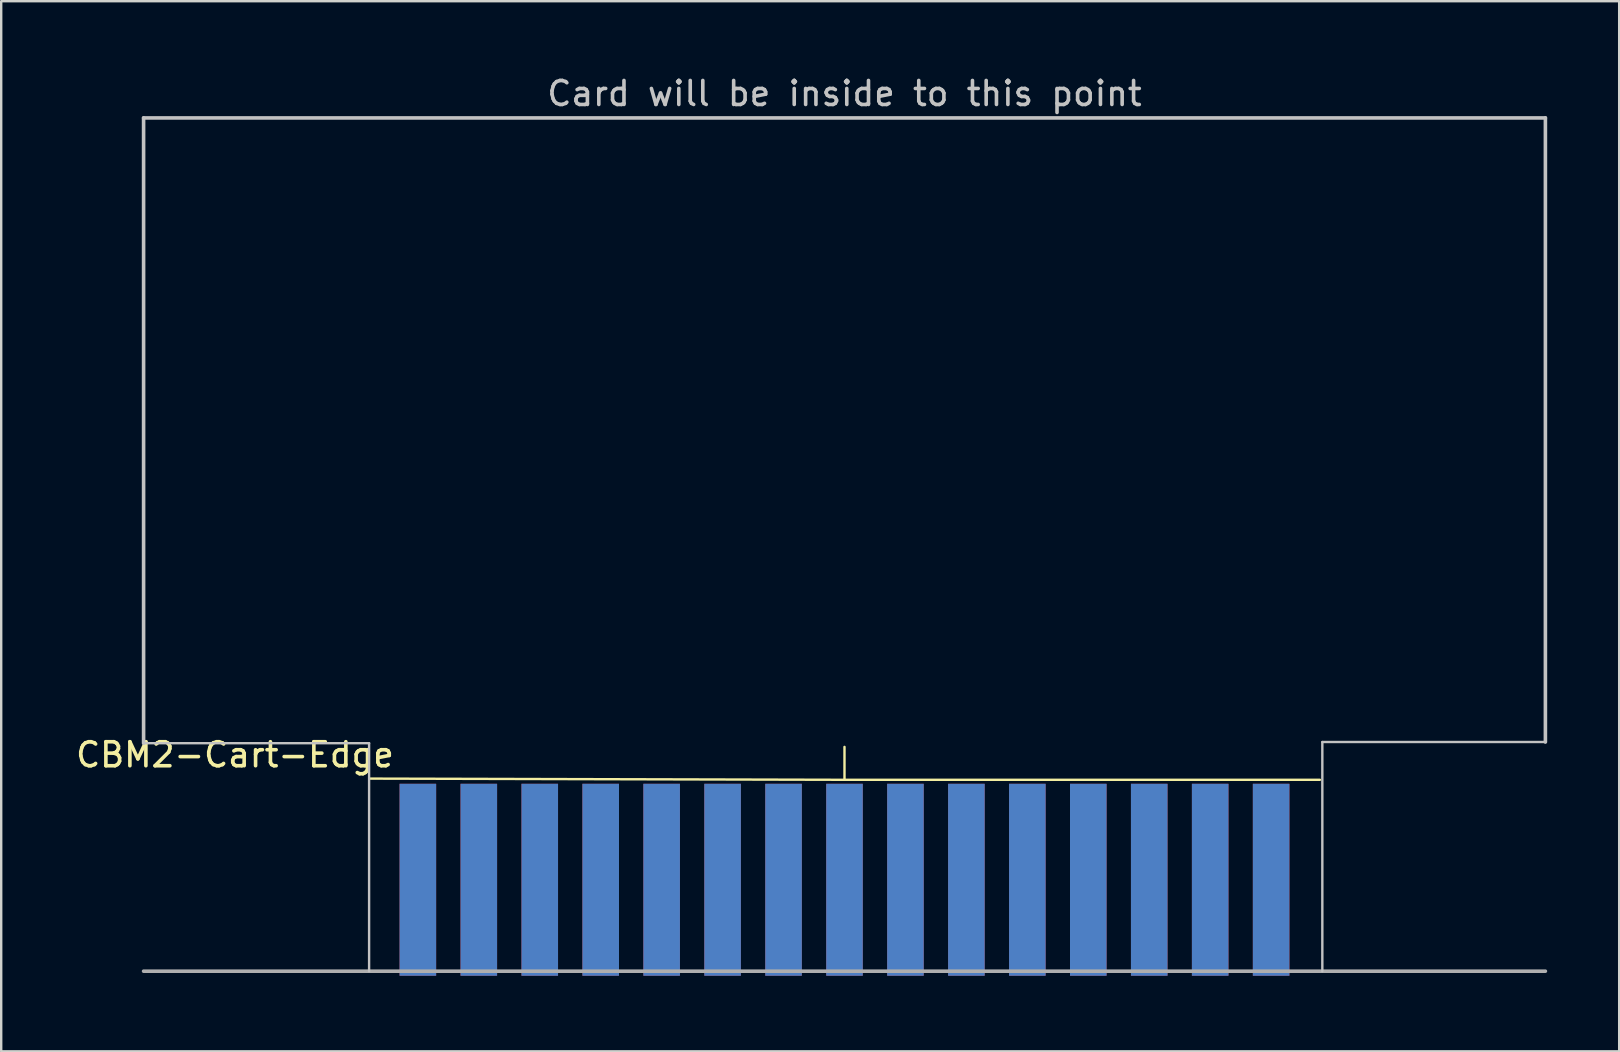
<source format=kicad_pcb>
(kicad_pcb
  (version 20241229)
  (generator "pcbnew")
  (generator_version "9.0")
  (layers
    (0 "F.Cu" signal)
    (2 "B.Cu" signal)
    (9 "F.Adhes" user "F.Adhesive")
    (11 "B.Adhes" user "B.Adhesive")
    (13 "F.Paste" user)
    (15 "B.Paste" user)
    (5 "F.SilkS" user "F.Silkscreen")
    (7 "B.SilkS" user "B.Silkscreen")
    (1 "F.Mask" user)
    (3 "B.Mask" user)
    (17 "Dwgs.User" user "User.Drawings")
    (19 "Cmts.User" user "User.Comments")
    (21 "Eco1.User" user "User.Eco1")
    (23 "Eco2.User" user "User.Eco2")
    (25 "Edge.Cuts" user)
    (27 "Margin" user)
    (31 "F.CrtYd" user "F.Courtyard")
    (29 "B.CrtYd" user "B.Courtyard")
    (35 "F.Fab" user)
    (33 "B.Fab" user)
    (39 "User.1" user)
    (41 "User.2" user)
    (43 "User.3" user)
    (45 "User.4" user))
  (footprint "CBM2-Cart-Edge"
    (layer "F.Cu")
    (at 2.934 37.424)
    (property "Reference" "CBM2-Cart-Edge" (at 3.81 -9.018 0) (layer "F.SilkS") (effects (font (size 1 1) (thickness 0.15))))
    (attr through_hole)
    (fp_line (start 29.21 -7.976) (end 9.449 -8.026) (stroke (width 0.1) (type default)) (layer "F.SilkS"))
    (fp_line (start 29.21 -7.976) (end 29.21 -9.347) (stroke (width 0.1) (type default)) (layer "F.SilkS"))
    (fp_line (start 29.21 -7.976) (end 49.022 -7.976) (stroke (width 0.1) (type default)) (layer "F.SilkS"))
    (fp_line (start 0 -35.56) (end 0 -9.5) (stroke (width 0.15) (type solid)) (layer "Dwgs.User"))
    (fp_line (start 9.398 -9.5) (end 0 -9.5) (stroke (width 0.1) (type default)) (layer "Dwgs.User"))
    (fp_line (start 9.398 0) (end 9.398 -9.5) (stroke (width 0.1) (type default)) (layer "Dwgs.User"))
    (fp_line (start 49.124 -9.55) (end 58.42 -9.55) (stroke (width 0.1) (type default)) (layer "Dwgs.User"))
    (fp_line (start 49.124 0) (end 49.124 -9.55) (stroke (width 0.1) (type default)) (layer "Dwgs.User"))
    (fp_line (start 58.42 -35.56) (end 0 -35.56) (stroke (width 0.15) (type solid)) (layer "Dwgs.User"))
    (fp_line (start 58.42 -9.55) (end 58.42 -35.56) (stroke (width 0.15) (type solid)) (layer "Dwgs.User"))
    (fp_line (start 0 0) (end 58.42 0) (stroke (width 0.15) (type solid)) (layer "F.Fab"))
    (fp_text user "Card will be inside to this point" (at 29.21 -36.576 0) (layer "Dwgs.User") (effects (font (size 1 1) (thickness 0.15))))
    (pad "" smd rect (at 29.235 -3.818 180) (size 39.675 8.316) (layers "F.Mask"))
    (pad "" smd rect (at 29.235 -3.818 180) (size 39.675 8.316) (layers "B.Mask"))
    (pad "1" smd rect (at 11.43 -3.81 180) (size 1.524 8) (layers "F.Cu" "F.Mask" "F.Paste"))
    (pad "2" smd rect (at 13.97 -3.81 180) (size 1.524 8) (layers "F.Cu" "F.Mask" "F.Paste"))
    (pad "3" smd rect (at 16.51 -3.81 180) (size 1.524 8) (layers "F.Cu" "F.Mask" "F.Paste"))
    (pad "4" smd rect (at 19.05 -3.81 180) (size 1.524 8) (layers "F.Cu" "F.Mask" "F.Paste"))
    (pad "5" smd rect (at 21.59 -3.81 180) (size 1.524 8) (layers "F.Cu" "F.Mask" "F.Paste"))
    (pad "6" smd rect (at 24.13 -3.81 180) (size 1.524 8) (layers "F.Cu" "F.Mask" "F.Paste"))
    (pad "7" smd rect (at 26.67 -3.81 180) (size 1.524 8) (layers "F.Cu" "F.Mask" "F.Paste"))
    (pad "8" smd rect (at 29.21 -3.81 180) (size 1.524 8) (layers "F.Cu" "F.Mask" "F.Paste"))
    (pad "9" smd rect (at 31.75 -3.81 180) (size 1.524 8) (layers "F.Cu" "F.Mask" "F.Paste"))
    (pad "10" smd rect (at 34.29 -3.81 180) (size 1.524 8) (layers "F.Cu" "F.Mask" "F.Paste"))
    (pad "11" smd rect (at 36.83 -3.81 180) (size 1.524 8) (layers "F.Cu" "F.Mask" "F.Paste"))
    (pad "12" smd rect (at 39.37 -3.81 180) (size 1.524 8) (layers "F.Cu" "F.Mask" "F.Paste"))
    (pad "13" smd rect (at 41.91 -3.81 180) (size 1.524 8) (layers "F.Cu" "F.Mask" "F.Paste"))
    (pad "14" smd rect (at 44.45 -3.81 180) (size 1.524 8) (layers "F.Cu" "F.Mask" "F.Paste"))
    (pad "15" smd rect (at 46.99 -3.81 180) (size 1.524 8) (layers "F.Cu" "F.Mask" "F.Paste"))
    (pad "16" smd rect (at 11.43 -3.81) (size 1.524 8) (layers "B.Cu" "B.Mask" "B.Paste"))
    (pad "17" smd rect (at 13.97 -3.81) (size 1.524 8) (layers "B.Cu" "B.Mask" "B.Paste"))
    (pad "18" smd rect (at 16.51 -3.81) (size 1.524 8) (layers "B.Cu" "B.Mask" "B.Paste"))
    (pad "19" smd rect (at 19.05 -3.81) (size 1.524 8) (layers "B.Cu" "B.Mask" "B.Paste"))
    (pad "20" smd rect (at 21.59 -3.81) (size 1.524 8) (layers "B.Cu" "B.Mask" "B.Paste"))
    (pad "21" smd rect (at 24.13 -3.81) (size 1.524 8) (layers "B.Cu" "B.Mask" "B.Paste"))
    (pad "22" smd rect (at 26.67 -3.81) (size 1.524 8) (layers "B.Cu" "B.Mask" "B.Paste"))
    (pad "23" smd rect (at 29.21 -3.81) (size 1.524 8) (layers "B.Cu" "B.Mask" "B.Paste"))
    (pad "24" smd rect (at 31.75 -3.81) (size 1.524 8) (layers "B.Cu" "B.Mask" "B.Paste"))
    (pad "25" smd rect (at 34.29 -3.81) (size 1.524 8) (layers "B.Cu" "B.Mask" "B.Paste"))
    (pad "26" smd rect (at 36.83 -3.81) (size 1.524 8) (layers "B.Cu" "B.Mask" "B.Paste"))
    (pad "27" smd rect (at 39.37 -3.81) (size 1.524 8) (layers "B.Cu" "B.Mask" "B.Paste"))
    (pad "28" smd rect (at 41.91 -3.81) (size 1.524 8) (layers "B.Cu" "B.Mask" "B.Paste"))
    (pad "29" smd rect (at 44.45 -3.81) (size 1.524 8) (layers "B.Cu" "B.Mask" "B.Paste"))
    (pad "30" smd rect (at 46.99 -3.81) (size 1.524 8) (layers "B.Cu" "B.Mask" "B.Paste")))
  (gr_rect
    (start -3 -3)
    (end 64.429 40.764)
    (stroke (width 0.1) (type default))
    (fill no)
    (layer "Edge.Cuts")))
</source>
